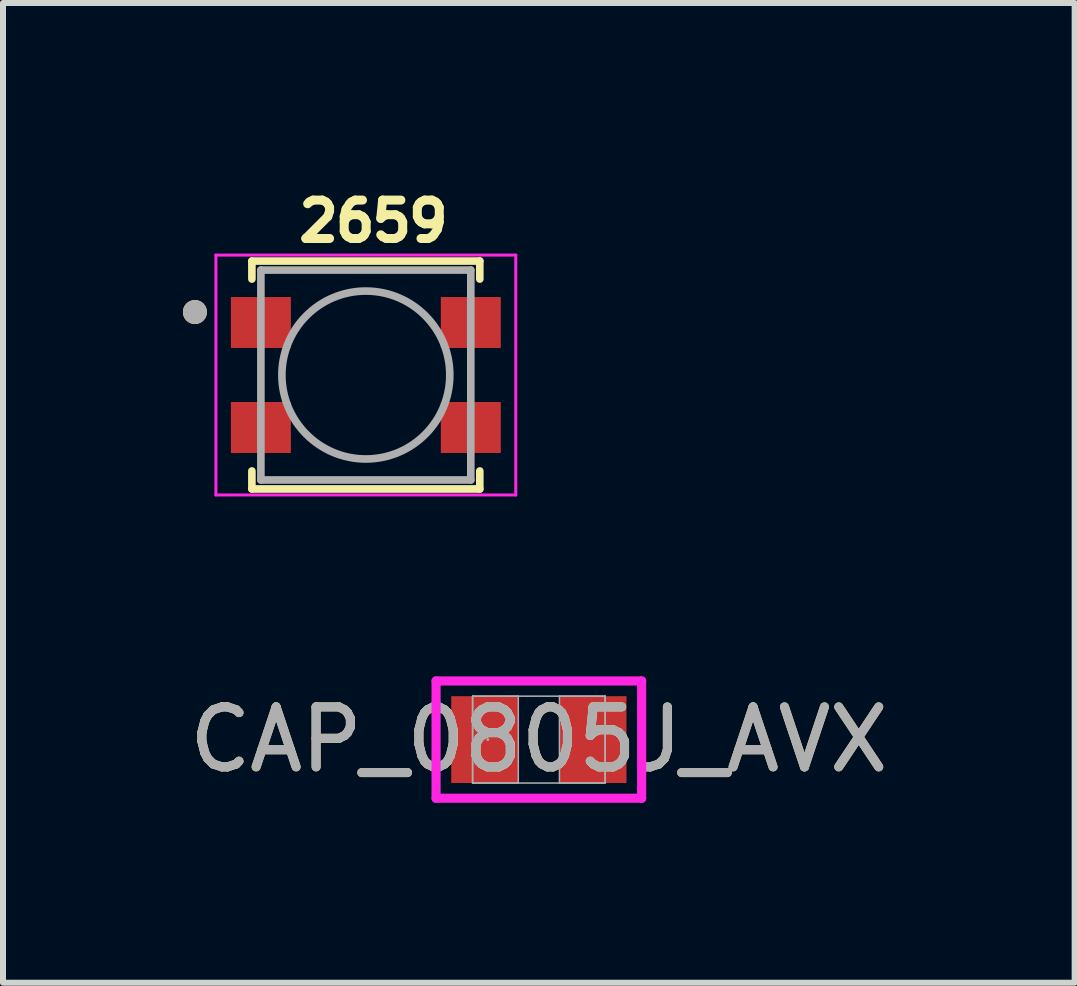
<source format=kicad_pcb>
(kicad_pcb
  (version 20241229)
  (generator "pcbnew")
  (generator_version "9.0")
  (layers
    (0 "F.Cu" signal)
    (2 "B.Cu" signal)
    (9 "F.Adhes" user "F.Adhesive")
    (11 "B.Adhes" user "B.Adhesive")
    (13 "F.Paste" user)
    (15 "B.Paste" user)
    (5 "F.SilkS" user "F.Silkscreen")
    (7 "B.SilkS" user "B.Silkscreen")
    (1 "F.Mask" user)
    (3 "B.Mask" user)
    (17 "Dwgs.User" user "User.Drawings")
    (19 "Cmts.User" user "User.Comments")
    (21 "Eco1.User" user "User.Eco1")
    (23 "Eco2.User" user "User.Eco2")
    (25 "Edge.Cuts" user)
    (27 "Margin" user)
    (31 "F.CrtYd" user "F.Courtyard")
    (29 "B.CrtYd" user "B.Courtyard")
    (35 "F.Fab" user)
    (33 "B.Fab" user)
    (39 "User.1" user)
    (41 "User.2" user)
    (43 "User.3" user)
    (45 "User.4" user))
  (footprint "2659"
    (layer "F.Cu")
    (at 3.05 3.203)
    (property "Reference" "2659" (at 0.127 -2.565 0) (layer "F.SilkS") (effects (font (size 0.64 0.64) (thickness 0.15))))
    (attr smd)
    (fp_line (start -1.9 -1.9) (end 1.9 -1.9) (stroke (width 0.127) (type solid)) (layer "F.SilkS"))
    (fp_line (start -1.9 -1.6) (end -1.9 -1.9) (stroke (width 0.127) (type solid)) (layer "F.SilkS"))
    (fp_line (start -1.9 1.6) (end -1.9 1.9) (stroke (width 0.127) (type solid)) (layer "F.SilkS"))
    (fp_line (start -1.9 1.9) (end 1.9 1.9) (stroke (width 0.127) (type solid)) (layer "F.SilkS"))
    (fp_line (start 1.9 -1.9) (end 1.9 -1.6) (stroke (width 0.127) (type solid)) (layer "F.SilkS"))
    (fp_line (start 1.9 1.9) (end 1.9 1.6) (stroke (width 0.127) (type solid)) (layer "F.SilkS"))
    (fp_circle (center -2.85 -1.05) (end -2.75 -1.05) (stroke (width 0.2) (type solid)) (fill no) (layer "F.SilkS"))
    (fp_line (start -2.5 -2) (end 2.5 -2) (stroke (width 0.05) (type solid)) (layer "F.CrtYd"))
    (fp_line (start -2.5 2) (end -2.5 -2) (stroke (width 0.05) (type solid)) (layer "F.CrtYd"))
    (fp_line (start 2.5 -2) (end 2.5 2) (stroke (width 0.05) (type solid)) (layer "F.CrtYd"))
    (fp_line (start 2.5 2) (end -2.5 2) (stroke (width 0.05) (type solid)) (layer "F.CrtYd"))
    (fp_line (start -1.75 -1.75) (end 1.75 -1.75) (stroke (width 0.127) (type solid)) (layer "F.Fab"))
    (fp_line (start -1.75 1.75) (end -1.75 -1.75) (stroke (width 0.127) (type solid)) (layer "F.Fab"))
    (fp_line (start 1.75 -1.75) (end 1.75 1.75) (stroke (width 0.127) (type solid)) (layer "F.Fab"))
    (fp_line (start 1.75 1.75) (end -1.75 1.75) (stroke (width 0.127) (type solid)) (layer "F.Fab"))
    (fp_circle (center -2.85 -1.05) (end -2.75 -1.05) (stroke (width 0.2) (type solid)) (fill no) (layer "F.Fab"))
    (fp_circle (center 0 0) (end 1.4 0) (stroke (width 0.127) (type solid)) (fill no) (layer "F.Fab"))
    (pad "1" smd rect (at -1.75 -0.875) (size 1 0.85) (layers "F.Cu" "F.Mask" "F.Paste"))
    (pad "2" smd rect (at -1.75 0.875) (size 1 0.85) (layers "F.Cu" "F.Mask" "F.Paste"))
    (pad "3" smd rect (at 1.75 0.875) (size 1 0.85) (layers "F.Cu" "F.Mask" "F.Paste"))
    (pad "4" smd rect (at 1.75 -0.875) (size 1 0.85) (layers "F.Cu" "F.Mask" "F.Paste")))
  (footprint "CAP_0805J_AVX"
    (layer "F.Cu")
    (at 5.935 9.282)
    (property "Reference" "CAP_0805J_AVX" (at 0 0 0) (unlocked yes) (layer "F.SilkS") (effects (font (size 1 1) (thickness 0.15))))
    (attr smd)
    (fp_line (start -1.714 -0.978) (end 1.714 -0.978) (stroke (width 0.152) (type solid)) (layer "F.CrtYd"))
    (fp_line (start -1.714 0.978) (end -1.714 -0.978) (stroke (width 0.152) (type solid)) (layer "F.CrtYd"))
    (fp_line (start 1.714 -0.978) (end 1.714 0.978) (stroke (width 0.152) (type solid)) (layer "F.CrtYd"))
    (fp_line (start 1.714 0.978) (end -1.714 0.978) (stroke (width 0.152) (type solid)) (layer "F.CrtYd"))
    (fp_line (start -1.105 -0.724) (end -1.105 0.724) (stroke (width 0.025) (type solid)) (layer "F.Fab"))
    (fp_line (start -1.105 -0.724) (end -1.105 0.724) (stroke (width 0.025) (type solid)) (layer "F.Fab"))
    (fp_line (start -1.105 0.724) (end -0.343 0.724) (stroke (width 0.025) (type solid)) (layer "F.Fab"))
    (fp_line (start -1.105 0.724) (end 1.105 0.724) (stroke (width 0.025) (type solid)) (layer "F.Fab"))
    (fp_line (start -0.343 -0.724) (end -1.105 -0.724) (stroke (width 0.025) (type solid)) (layer "F.Fab"))
    (fp_line (start -0.343 0.724) (end -0.343 -0.724) (stroke (width 0.025) (type solid)) (layer "F.Fab"))
    (fp_line (start 0.343 -0.724) (end 0.343 0.724) (stroke (width 0.025) (type solid)) (layer "F.Fab"))
    (fp_line (start 0.343 0.724) (end 1.105 0.724) (stroke (width 0.025) (type solid)) (layer "F.Fab"))
    (fp_line (start 1.105 -0.724) (end -1.105 -0.724) (stroke (width 0.025) (type solid)) (layer "F.Fab"))
    (fp_line (start 1.105 -0.724) (end 0.343 -0.724) (stroke (width 0.025) (type solid)) (layer "F.Fab"))
    (fp_line (start 1.105 0.724) (end 1.105 -0.724) (stroke (width 0.025) (type solid)) (layer "F.Fab"))
    (fp_line (start 1.105 0.724) (end 1.105 -0.724) (stroke (width 0.025) (type solid)) (layer "F.Fab"))
    (fp_circle (center -0.851 0) (end -0.851 0) (stroke (width 0.025) (type solid)) (fill no) (layer "F.Fab"))
    (fp_text user "${REFERENCE}" (at 0 0 0) (unlocked yes) (layer "F.Fab") (effects (font (size 1 1) (thickness 0.15))))
    (pad "1" smd rect (at -0.902 0) (size 1.118 1.448) (layers "F.Cu" "F.Mask" "F.Paste"))
    (pad "2" smd rect (at 0.902 0) (size 1.118 1.448) (layers "F.Cu" "F.Mask" "F.Paste"))
    (zone (net_name "") (layer "F.Cu") (hatch full 0.508) (connect_pads) (min_thickness 0.254) (filled_areas_thickness no) (keepout (tracks not_allowed) (vias not_allowed) (pads allowed) (copperpour not_allowed) (footprints allowed)) (placement (enabled no)) (fill) (polygon (pts (xy 5.642 8.609) (xy 6.227 8.609) (xy 6.227 9.955) (xy 5.642 9.955)))))
  (gr_rect
    (start -3 -3)
    (end 14.869 13.336)
    (stroke (width 0.1) (type default))
    (fill no)
    (layer "Edge.Cuts")))
</source>
